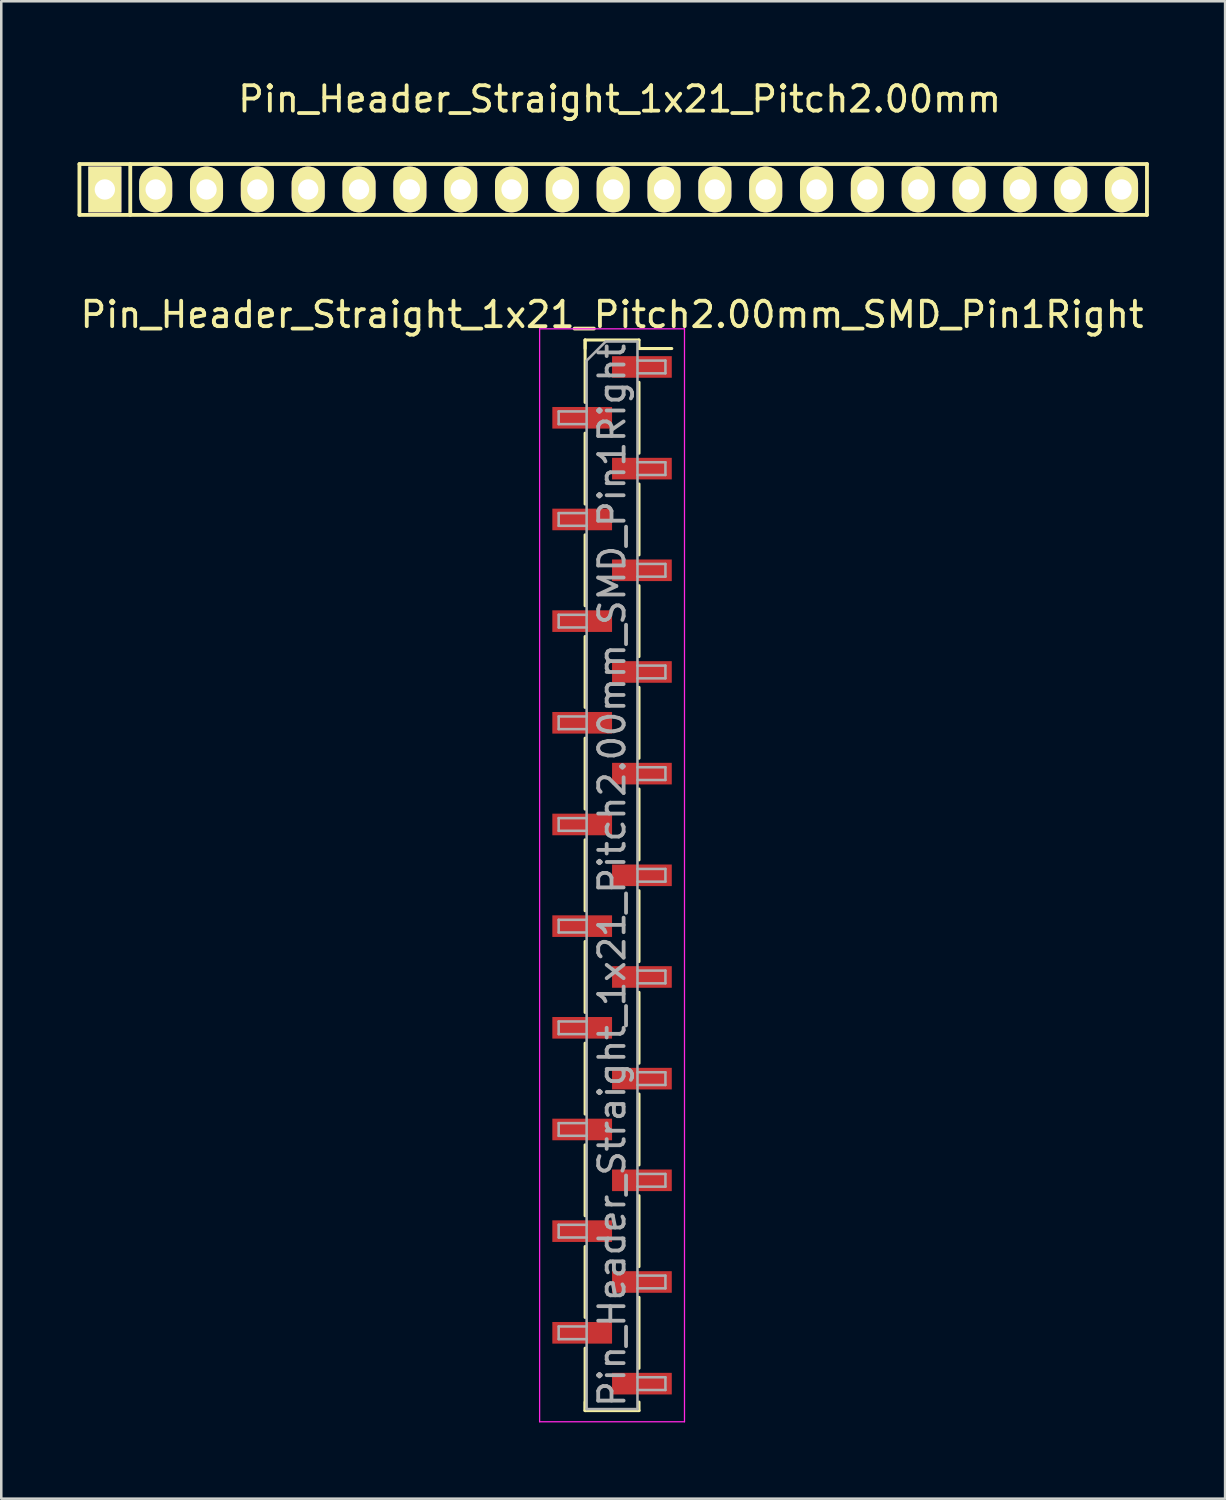
<source format=kicad_pcb>
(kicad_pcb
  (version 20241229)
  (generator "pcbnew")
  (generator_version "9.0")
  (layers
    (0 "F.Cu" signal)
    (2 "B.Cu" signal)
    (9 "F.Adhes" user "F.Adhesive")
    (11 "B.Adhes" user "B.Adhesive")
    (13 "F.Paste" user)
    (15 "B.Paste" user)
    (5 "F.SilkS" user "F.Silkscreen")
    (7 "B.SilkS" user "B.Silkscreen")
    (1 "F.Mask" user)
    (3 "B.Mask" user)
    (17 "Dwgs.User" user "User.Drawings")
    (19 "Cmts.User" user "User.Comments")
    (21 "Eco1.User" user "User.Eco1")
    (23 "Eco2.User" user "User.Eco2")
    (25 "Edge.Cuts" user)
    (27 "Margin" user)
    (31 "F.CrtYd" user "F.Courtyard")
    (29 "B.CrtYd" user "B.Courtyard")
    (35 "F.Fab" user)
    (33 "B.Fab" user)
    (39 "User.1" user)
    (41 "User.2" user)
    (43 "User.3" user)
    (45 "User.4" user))
  (footprint "Pin_Header_Straight_1x21_Pitch2.00mm_SMD_Pin1Right"
    (layer "F.Cu")
    (at 21.03 31.387)
    (property "Reference" "Pin_Header_Straight_1x21_Pitch2.00mm_SMD_Pin1Right" (at 0 -22.06 0) (layer "F.SilkS") (effects (font (size 1 1) (thickness 0.15))))
    (attr smd)
    (fp_line (start -1.06 -21.06) (end -1.06 -18.605) (stroke (width 0.12) (type solid)) (layer "F.SilkS"))
    (fp_line (start -1.06 -21.06) (end 1.06 -21.06) (stroke (width 0.12) (type solid)) (layer "F.SilkS"))
    (fp_line (start -1.06 -20.725) (end -1.06 -21.06) (stroke (width 0.12) (type solid)) (layer "F.SilkS"))
    (fp_line (start -1.06 -17.395) (end -1.06 -14.605) (stroke (width 0.12) (type solid)) (layer "F.SilkS"))
    (fp_line (start -1.06 -13.395) (end -1.06 -10.605) (stroke (width 0.12) (type solid)) (layer "F.SilkS"))
    (fp_line (start -1.06 -9.395) (end -1.06 -6.605) (stroke (width 0.12) (type solid)) (layer "F.SilkS"))
    (fp_line (start -1.06 -5.395) (end -1.06 -2.605) (stroke (width 0.12) (type solid)) (layer "F.SilkS"))
    (fp_line (start -1.06 -1.395) (end -1.06 1.395) (stroke (width 0.12) (type solid)) (layer "F.SilkS"))
    (fp_line (start -1.06 2.605) (end -1.06 5.395) (stroke (width 0.12) (type solid)) (layer "F.SilkS"))
    (fp_line (start -1.06 6.605) (end -1.06 9.395) (stroke (width 0.12) (type solid)) (layer "F.SilkS"))
    (fp_line (start -1.06 10.605) (end -1.06 13.395) (stroke (width 0.12) (type solid)) (layer "F.SilkS"))
    (fp_line (start -1.06 14.605) (end -1.06 17.395) (stroke (width 0.12) (type solid)) (layer "F.SilkS"))
    (fp_line (start -1.06 18.605) (end -1.06 21.06) (stroke (width 0.12) (type solid)) (layer "F.SilkS"))
    (fp_line (start -1.06 20.725) (end -1.06 21.06) (stroke (width 0.12) (type solid)) (layer "F.SilkS"))
    (fp_line (start -1.06 21.06) (end 1.06 21.06) (stroke (width 0.12) (type solid)) (layer "F.SilkS"))
    (fp_line (start 1.06 -21.06) (end 1.06 -20.725) (stroke (width 0.12) (type solid)) (layer "F.SilkS"))
    (fp_line (start 1.06 -20.725) (end 2.35 -20.725) (stroke (width 0.12) (type solid)) (layer "F.SilkS"))
    (fp_line (start 1.06 -19.395) (end 1.06 -16.605) (stroke (width 0.12) (type solid)) (layer "F.SilkS"))
    (fp_line (start 1.06 -15.395) (end 1.06 -12.605) (stroke (width 0.12) (type solid)) (layer "F.SilkS"))
    (fp_line (start 1.06 -11.395) (end 1.06 -8.605) (stroke (width 0.12) (type solid)) (layer "F.SilkS"))
    (fp_line (start 1.06 -7.395) (end 1.06 -4.605) (stroke (width 0.12) (type solid)) (layer "F.SilkS"))
    (fp_line (start 1.06 -3.395) (end 1.06 -0.605) (stroke (width 0.12) (type solid)) (layer "F.SilkS"))
    (fp_line (start 1.06 0.605) (end 1.06 3.395) (stroke (width 0.12) (type solid)) (layer "F.SilkS"))
    (fp_line (start 1.06 4.605) (end 1.06 7.395) (stroke (width 0.12) (type solid)) (layer "F.SilkS"))
    (fp_line (start 1.06 8.605) (end 1.06 11.395) (stroke (width 0.12) (type solid)) (layer "F.SilkS"))
    (fp_line (start 1.06 12.605) (end 1.06 15.395) (stroke (width 0.12) (type solid)) (layer "F.SilkS"))
    (fp_line (start 1.06 16.605) (end 1.06 19.395) (stroke (width 0.12) (type solid)) (layer "F.SilkS"))
    (fp_line (start 1.06 21.06) (end 1.06 20.725) (stroke (width 0.12) (type solid)) (layer "F.SilkS"))
    (fp_line (start -2.85 -21.5) (end -2.85 21.5) (stroke (width 0.05) (type solid)) (layer "F.CrtYd"))
    (fp_line (start -2.85 21.5) (end 2.85 21.5) (stroke (width 0.05) (type solid)) (layer "F.CrtYd"))
    (fp_line (start 2.85 -21.5) (end -2.85 -21.5) (stroke (width 0.05) (type solid)) (layer "F.CrtYd"))
    (fp_line (start 2.85 21.5) (end 2.85 -21.5) (stroke (width 0.05) (type solid)) (layer "F.CrtYd"))
    (fp_line (start -2.1 -18.25) (end -2.1 -17.75) (stroke (width 0.1) (type solid)) (layer "F.Fab"))
    (fp_line (start -2.1 -17.75) (end -1 -17.75) (stroke (width 0.1) (type solid)) (layer "F.Fab"))
    (fp_line (start -2.1 -14.25) (end -2.1 -13.75) (stroke (width 0.1) (type solid)) (layer "F.Fab"))
    (fp_line (start -2.1 -13.75) (end -1 -13.75) (stroke (width 0.1) (type solid)) (layer "F.Fab"))
    (fp_line (start -2.1 -10.25) (end -2.1 -9.75) (stroke (width 0.1) (type solid)) (layer "F.Fab"))
    (fp_line (start -2.1 -9.75) (end -1 -9.75) (stroke (width 0.1) (type solid)) (layer "F.Fab"))
    (fp_line (start -2.1 -6.25) (end -2.1 -5.75) (stroke (width 0.1) (type solid)) (layer "F.Fab"))
    (fp_line (start -2.1 -5.75) (end -1 -5.75) (stroke (width 0.1) (type solid)) (layer "F.Fab"))
    (fp_line (start -2.1 -2.25) (end -2.1 -1.75) (stroke (width 0.1) (type solid)) (layer "F.Fab"))
    (fp_line (start -2.1 -1.75) (end -1 -1.75) (stroke (width 0.1) (type solid)) (layer "F.Fab"))
    (fp_line (start -2.1 1.75) (end -2.1 2.25) (stroke (width 0.1) (type solid)) (layer "F.Fab"))
    (fp_line (start -2.1 2.25) (end -1 2.25) (stroke (width 0.1) (type solid)) (layer "F.Fab"))
    (fp_line (start -2.1 5.75) (end -2.1 6.25) (stroke (width 0.1) (type solid)) (layer "F.Fab"))
    (fp_line (start -2.1 6.25) (end -1 6.25) (stroke (width 0.1) (type solid)) (layer "F.Fab"))
    (fp_line (start -2.1 9.75) (end -2.1 10.25) (stroke (width 0.1) (type solid)) (layer "F.Fab"))
    (fp_line (start -2.1 10.25) (end -1 10.25) (stroke (width 0.1) (type solid)) (layer "F.Fab"))
    (fp_line (start -2.1 13.75) (end -2.1 14.25) (stroke (width 0.1) (type solid)) (layer "F.Fab"))
    (fp_line (start -2.1 14.25) (end -1 14.25) (stroke (width 0.1) (type solid)) (layer "F.Fab"))
    (fp_line (start -2.1 17.75) (end -2.1 18.25) (stroke (width 0.1) (type solid)) (layer "F.Fab"))
    (fp_line (start -2.1 18.25) (end -1 18.25) (stroke (width 0.1) (type solid)) (layer "F.Fab"))
    (fp_line (start -1 -20.25) (end -0.25 -21) (stroke (width 0.1) (type solid)) (layer "F.Fab"))
    (fp_line (start -1 -18.25) (end -2.1 -18.25) (stroke (width 0.1) (type solid)) (layer "F.Fab"))
    (fp_line (start -1 -14.25) (end -2.1 -14.25) (stroke (width 0.1) (type solid)) (layer "F.Fab"))
    (fp_line (start -1 -10.25) (end -2.1 -10.25) (stroke (width 0.1) (type solid)) (layer "F.Fab"))
    (fp_line (start -1 -6.25) (end -2.1 -6.25) (stroke (width 0.1) (type solid)) (layer "F.Fab"))
    (fp_line (start -1 -2.25) (end -2.1 -2.25) (stroke (width 0.1) (type solid)) (layer "F.Fab"))
    (fp_line (start -1 1.75) (end -2.1 1.75) (stroke (width 0.1) (type solid)) (layer "F.Fab"))
    (fp_line (start -1 5.75) (end -2.1 5.75) (stroke (width 0.1) (type solid)) (layer "F.Fab"))
    (fp_line (start -1 9.75) (end -2.1 9.75) (stroke (width 0.1) (type solid)) (layer "F.Fab"))
    (fp_line (start -1 13.75) (end -2.1 13.75) (stroke (width 0.1) (type solid)) (layer "F.Fab"))
    (fp_line (start -1 17.75) (end -2.1 17.75) (stroke (width 0.1) (type solid)) (layer "F.Fab"))
    (fp_line (start -1 21) (end -1 -20.25) (stroke (width 0.1) (type solid)) (layer "F.Fab"))
    (fp_line (start -0.25 -21) (end 1 -21) (stroke (width 0.1) (type solid)) (layer "F.Fab"))
    (fp_line (start 1 -21) (end 1 21) (stroke (width 0.1) (type solid)) (layer "F.Fab"))
    (fp_line (start 1 -20.25) (end 2.1 -20.25) (stroke (width 0.1) (type solid)) (layer "F.Fab"))
    (fp_line (start 1 -16.25) (end 2.1 -16.25) (stroke (width 0.1) (type solid)) (layer "F.Fab"))
    (fp_line (start 1 -12.25) (end 2.1 -12.25) (stroke (width 0.1) (type solid)) (layer "F.Fab"))
    (fp_line (start 1 -8.25) (end 2.1 -8.25) (stroke (width 0.1) (type solid)) (layer "F.Fab"))
    (fp_line (start 1 -4.25) (end 2.1 -4.25) (stroke (width 0.1) (type solid)) (layer "F.Fab"))
    (fp_line (start 1 -0.25) (end 2.1 -0.25) (stroke (width 0.1) (type solid)) (layer "F.Fab"))
    (fp_line (start 1 3.75) (end 2.1 3.75) (stroke (width 0.1) (type solid)) (layer "F.Fab"))
    (fp_line (start 1 7.75) (end 2.1 7.75) (stroke (width 0.1) (type solid)) (layer "F.Fab"))
    (fp_line (start 1 11.75) (end 2.1 11.75) (stroke (width 0.1) (type solid)) (layer "F.Fab"))
    (fp_line (start 1 15.75) (end 2.1 15.75) (stroke (width 0.1) (type solid)) (layer "F.Fab"))
    (fp_line (start 1 19.75) (end 2.1 19.75) (stroke (width 0.1) (type solid)) (layer "F.Fab"))
    (fp_line (start 1 21) (end -1 21) (stroke (width 0.1) (type solid)) (layer "F.Fab"))
    (fp_line (start 2.1 -20.25) (end 2.1 -19.75) (stroke (width 0.1) (type solid)) (layer "F.Fab"))
    (fp_line (start 2.1 -19.75) (end 1 -19.75) (stroke (width 0.1) (type solid)) (layer "F.Fab"))
    (fp_line (start 2.1 -16.25) (end 2.1 -15.75) (stroke (width 0.1) (type solid)) (layer "F.Fab"))
    (fp_line (start 2.1 -15.75) (end 1 -15.75) (stroke (width 0.1) (type solid)) (layer "F.Fab"))
    (fp_line (start 2.1 -12.25) (end 2.1 -11.75) (stroke (width 0.1) (type solid)) (layer "F.Fab"))
    (fp_line (start 2.1 -11.75) (end 1 -11.75) (stroke (width 0.1) (type solid)) (layer "F.Fab"))
    (fp_line (start 2.1 -8.25) (end 2.1 -7.75) (stroke (width 0.1) (type solid)) (layer "F.Fab"))
    (fp_line (start 2.1 -7.75) (end 1 -7.75) (stroke (width 0.1) (type solid)) (layer "F.Fab"))
    (fp_line (start 2.1 -4.25) (end 2.1 -3.75) (stroke (width 0.1) (type solid)) (layer "F.Fab"))
    (fp_line (start 2.1 -3.75) (end 1 -3.75) (stroke (width 0.1) (type solid)) (layer "F.Fab"))
    (fp_line (start 2.1 -0.25) (end 2.1 0.25) (stroke (width 0.1) (type solid)) (layer "F.Fab"))
    (fp_line (start 2.1 0.25) (end 1 0.25) (stroke (width 0.1) (type solid)) (layer "F.Fab"))
    (fp_line (start 2.1 3.75) (end 2.1 4.25) (stroke (width 0.1) (type solid)) (layer "F.Fab"))
    (fp_line (start 2.1 4.25) (end 1 4.25) (stroke (width 0.1) (type solid)) (layer "F.Fab"))
    (fp_line (start 2.1 7.75) (end 2.1 8.25) (stroke (width 0.1) (type solid)) (layer "F.Fab"))
    (fp_line (start 2.1 8.25) (end 1 8.25) (stroke (width 0.1) (type solid)) (layer "F.Fab"))
    (fp_line (start 2.1 11.75) (end 2.1 12.25) (stroke (width 0.1) (type solid)) (layer "F.Fab"))
    (fp_line (start 2.1 12.25) (end 1 12.25) (stroke (width 0.1) (type solid)) (layer "F.Fab"))
    (fp_line (start 2.1 15.75) (end 2.1 16.25) (stroke (width 0.1) (type solid)) (layer "F.Fab"))
    (fp_line (start 2.1 16.25) (end 1 16.25) (stroke (width 0.1) (type solid)) (layer "F.Fab"))
    (fp_line (start 2.1 19.75) (end 2.1 20.25) (stroke (width 0.1) (type solid)) (layer "F.Fab"))
    (fp_line (start 2.1 20.25) (end 1 20.25) (stroke (width 0.1) (type solid)) (layer "F.Fab"))
    (fp_text user "${REFERENCE}" (at 0 0 90) (layer "F.Fab") (effects (font (size 1 1) (thickness 0.15))))
    (pad "1" smd rect (at 1.175 -20) (size 2.35 0.85) (layers "F.Cu" "F.Mask" "F.Paste"))
    (pad "2" smd rect (at -1.175 -18) (size 2.35 0.85) (layers "F.Cu" "F.Mask" "F.Paste"))
    (pad "3" smd rect (at 1.175 -16) (size 2.35 0.85) (layers "F.Cu" "F.Mask" "F.Paste"))
    (pad "4" smd rect (at -1.175 -14) (size 2.35 0.85) (layers "F.Cu" "F.Mask" "F.Paste"))
    (pad "5" smd rect (at 1.175 -12) (size 2.35 0.85) (layers "F.Cu" "F.Mask" "F.Paste"))
    (pad "6" smd rect (at -1.175 -10) (size 2.35 0.85) (layers "F.Cu" "F.Mask" "F.Paste"))
    (pad "7" smd rect (at 1.175 -8) (size 2.35 0.85) (layers "F.Cu" "F.Mask" "F.Paste"))
    (pad "8" smd rect (at -1.175 -6) (size 2.35 0.85) (layers "F.Cu" "F.Mask" "F.Paste"))
    (pad "9" smd rect (at 1.175 -4) (size 2.35 0.85) (layers "F.Cu" "F.Mask" "F.Paste"))
    (pad "10" smd rect (at -1.175 -2) (size 2.35 0.85) (layers "F.Cu" "F.Mask" "F.Paste"))
    (pad "11" smd rect (at 1.175 0) (size 2.35 0.85) (layers "F.Cu" "F.Mask" "F.Paste"))
    (pad "12" smd rect (at -1.175 2) (size 2.35 0.85) (layers "F.Cu" "F.Mask" "F.Paste"))
    (pad "13" smd rect (at 1.175 4) (size 2.35 0.85) (layers "F.Cu" "F.Mask" "F.Paste"))
    (pad "14" smd rect (at -1.175 6) (size 2.35 0.85) (layers "F.Cu" "F.Mask" "F.Paste"))
    (pad "15" smd rect (at 1.175 8) (size 2.35 0.85) (layers "F.Cu" "F.Mask" "F.Paste"))
    (pad "16" smd rect (at -1.175 10) (size 2.35 0.85) (layers "F.Cu" "F.Mask" "F.Paste"))
    (pad "17" smd rect (at 1.175 12) (size 2.35 0.85) (layers "F.Cu" "F.Mask" "F.Paste"))
    (pad "18" smd rect (at -1.175 14) (size 2.35 0.85) (layers "F.Cu" "F.Mask" "F.Paste"))
    (pad "19" smd rect (at 1.175 16) (size 2.35 0.85) (layers "F.Cu" "F.Mask" "F.Paste"))
    (pad "20" smd rect (at -1.175 18) (size 2.35 0.85) (layers "F.Cu" "F.Mask" "F.Paste"))
    (pad "21" smd rect (at 1.175 20) (size 2.35 0.85) (layers "F.Cu" "F.Mask" "F.Paste")))
  (footprint "Pin_Header_Straight_1x21_Pitch2.00mm"
    (layer "F.Cu")
    (at 21.075 4.404)
    (property "Reference" "Pin_Header_Straight_1x21_Pitch2.00mm" (at 0.254 -3.556 0) (layer "F.SilkS") (effects (font (size 1 1) (thickness 0.15))))
    (attr through_hole)
    (fp_line (start -21 -1) (end 21 -1) (stroke (width 0.15) (type solid)) (layer "F.SilkS"))
    (fp_line (start -21 1) (end -21 -1) (stroke (width 0.15) (type solid)) (layer "F.SilkS"))
    (fp_line (start -19 -1) (end -19 1) (stroke (width 0.15) (type solid)) (layer "F.SilkS"))
    (fp_line (start 21 -1) (end 21 1) (stroke (width 0.15) (type solid)) (layer "F.SilkS"))
    (fp_line (start 21 1) (end -21 1) (stroke (width 0.15) (type solid)) (layer "F.SilkS"))
    (pad "1" thru_hole rect (at -20 0) (size 1.3 1.8) (drill 0.8) (layers "*.Cu" "*.Mask" "F.SilkS"))
    (pad "2" thru_hole oval (at -18 0) (size 1.3 1.8) (drill 0.8) (layers "*.Cu" "*.Mask" "F.SilkS"))
    (pad "3" thru_hole oval (at -16 0) (size 1.3 1.8) (drill 0.8) (layers "*.Cu" "*.Mask" "F.SilkS"))
    (pad "4" thru_hole oval (at -14 0) (size 1.3 1.8) (drill 0.8) (layers "*.Cu" "*.Mask" "F.SilkS"))
    (pad "5" thru_hole oval (at -12 0) (size 1.3 1.8) (drill 0.8) (layers "*.Cu" "*.Mask" "F.SilkS"))
    (pad "6" thru_hole oval (at -10 0) (size 1.3 1.8) (drill 0.8) (layers "*.Cu" "*.Mask" "F.SilkS"))
    (pad "7" thru_hole oval (at -8 0) (size 1.3 1.8) (drill 0.8) (layers "*.Cu" "*.Mask" "F.SilkS"))
    (pad "8" thru_hole oval (at -6 0) (size 1.3 1.8) (drill 0.8) (layers "*.Cu" "*.Mask" "F.SilkS"))
    (pad "9" thru_hole oval (at -4 0) (size 1.3 1.8) (drill 0.8) (layers "*.Cu" "*.Mask" "F.SilkS"))
    (pad "10" thru_hole oval (at -2 0) (size 1.3 1.8) (drill 0.8) (layers "*.Cu" "*.Mask" "F.SilkS"))
    (pad "11" thru_hole oval (at 0 0) (size 1.3 1.8) (drill 0.8) (layers "*.Cu" "*.Mask" "F.SilkS"))
    (pad "12" thru_hole oval (at 2 0) (size 1.3 1.8) (drill 0.8) (layers "*.Cu" "*.Mask" "F.SilkS"))
    (pad "13" thru_hole oval (at 4 0) (size 1.3 1.8) (drill 0.8) (layers "*.Cu" "*.Mask" "F.SilkS"))
    (pad "14" thru_hole oval (at 6 0) (size 1.3 1.8) (drill 0.8) (layers "*.Cu" "*.Mask" "F.SilkS"))
    (pad "15" thru_hole oval (at 8 0) (size 1.3 1.8) (drill 0.8) (layers "*.Cu" "*.Mask" "F.SilkS"))
    (pad "16" thru_hole oval (at 10 0) (size 1.3 1.8) (drill 0.8) (layers "*.Cu" "*.Mask" "F.SilkS"))
    (pad "17" thru_hole oval (at 12 0) (size 1.3 1.8) (drill 0.8) (layers "*.Cu" "*.Mask" "F.SilkS"))
    (pad "18" thru_hole oval (at 14 0) (size 1.3 1.8) (drill 0.8) (layers "*.Cu" "*.Mask" "F.SilkS"))
    (pad "19" thru_hole oval (at 16 0) (size 1.3 1.8) (drill 0.8) (layers "*.Cu" "*.Mask" "F.SilkS"))
    (pad "20" thru_hole oval (at 18 0) (size 1.3 1.8) (drill 0.8) (layers "*.Cu" "*.Mask" "F.SilkS"))
    (pad "21" thru_hole oval (at 20 0) (size 1.3 1.8) (drill 0.8) (layers "*.Cu" "*.Mask" "F.SilkS")))
  (gr_rect
    (start -3 -3)
    (end 45.15 55.913)
    (stroke (width 0.1) (type default))
    (fill no)
    (layer "Edge.Cuts")))
</source>
